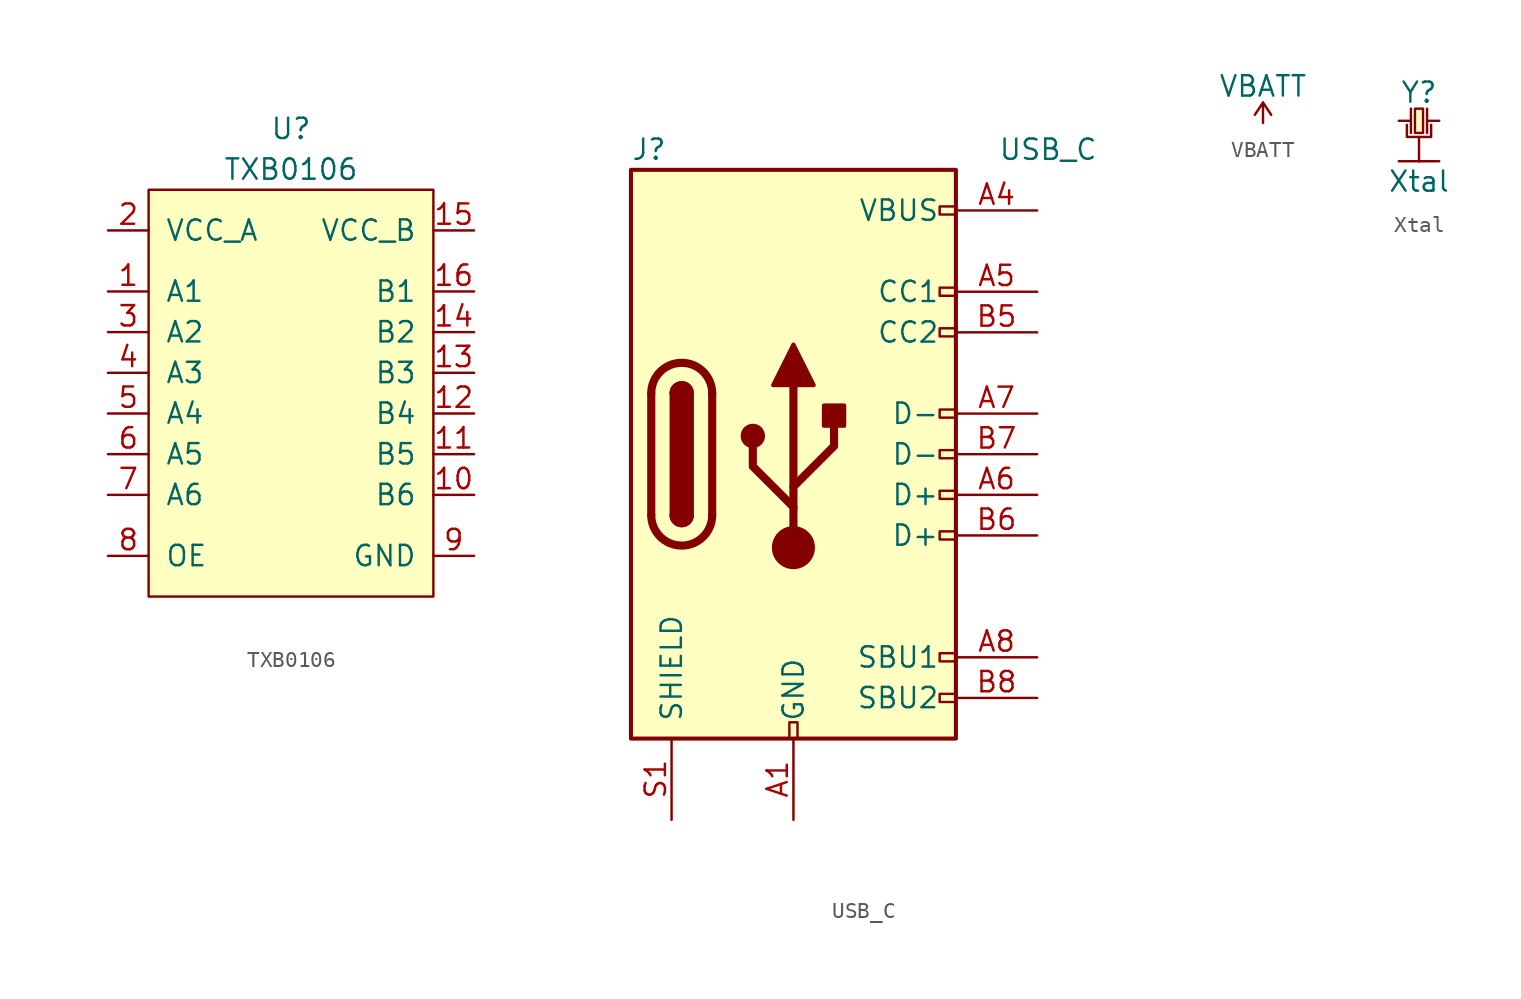
<source format=kicad_sym>
(kicad_symbol_lib
  (version 20211014)
  (generator kicad_symbol_editor)
  (symbol "TXB0106"
    (pin_names
      (offset 1.016))
    (property "Reference" "U"
      (at 0 16.51 0)
      (effects (font (size 1.27 1.27))))
    (property "Value" "TXB0106"
      (at 0 13.97 0)
      (effects (font (size 1.27 1.27))))
    (symbol "TXB0106_0_0"
      (pin bidirectional line (at -11.43 6.35 0) (length 2.54) (name "A1" (effects (font (size 1.27 1.27)))) (number "1" (effects (font (size 1.27 1.27)))))
      (pin bidirectional line (at 11.43 -6.35 180) (length 2.54) (name "B6" (effects (font (size 1.27 1.27)))) (number "10" (effects (font (size 1.27 1.27)))))
      (pin bidirectional line (at 11.43 -3.81 180) (length 2.54) (name "B5" (effects (font (size 1.27 1.27)))) (number "11" (effects (font (size 1.27 1.27)))))
      (pin bidirectional line (at 11.43 -1.27 180) (length 2.54) (name "B4" (effects (font (size 1.27 1.27)))) (number "12" (effects (font (size 1.27 1.27)))))
      (pin bidirectional line (at 11.43 1.27 180) (length 2.54) (name "B3" (effects (font (size 1.27 1.27)))) (number "13" (effects (font (size 1.27 1.27)))))
      (pin bidirectional line (at 11.43 3.81 180) (length 2.54) (name "B2" (effects (font (size 1.27 1.27)))) (number "14" (effects (font (size 1.27 1.27)))))
      (pin power_in line (at 11.43 10.16 180) (length 2.54) (name "VCC_B" (effects (font (size 1.27 1.27)))) (number "15" (effects (font (size 1.27 1.27)))))
      (pin bidirectional line (at 11.43 6.35 180) (length 2.54) (name "B1" (effects (font (size 1.27 1.27)))) (number "16" (effects (font (size 1.27 1.27)))))
      (pin power_in line (at -11.43 10.16 0) (length 2.54) (name "VCC_A" (effects (font (size 1.27 1.27)))) (number "2" (effects (font (size 1.27 1.27)))))
      (pin bidirectional line (at -11.43 3.81 0) (length 2.54) (name "A2" (effects (font (size 1.27 1.27)))) (number "3" (effects (font (size 1.27 1.27)))))
      (pin bidirectional line (at -11.43 1.27 0) (length 2.54) (name "A3" (effects (font (size 1.27 1.27)))) (number "4" (effects (font (size 1.27 1.27)))))
      (pin bidirectional line (at -11.43 -1.27 0) (length 2.54) (name "A4" (effects (font (size 1.27 1.27)))) (number "5" (effects (font (size 1.27 1.27)))))
      (pin bidirectional line (at -11.43 -3.81 0) (length 2.54) (name "A5" (effects (font (size 1.27 1.27)))) (number "6" (effects (font (size 1.27 1.27)))))
      (pin bidirectional line (at -11.43 -6.35 0) (length 2.54) (name "A6" (effects (font (size 1.27 1.27)))) (number "7" (effects (font (size 1.27 1.27)))))
      (pin input line (at -11.43 -10.16 0) (length 2.54) (name "OE" (effects (font (size 1.27 1.27)))) (number "8" (effects (font (size 1.27 1.27)))))
      (pin power_in line (at 11.43 -10.16 180) (length 2.54) (name "GND" (effects (font (size 1.27 1.27)))) (number "9" (effects (font (size 1.27 1.27))))))
    (symbol "TXB0106_0_1"
      (rectangle (start 8.89 -12.7) (end -8.89 12.7) (stroke (width 0) (type default) (color 0 0 0 0)) (fill (type background)))))
  (symbol "USB_C"
    (pin_names
      (offset 1.016))
    (property "Reference" "J"
      (at -10.16 19.05 0)
      (effects (font (size 1.27 1.27)) (justify left)))
    (property "Value" "USB_C"
      (at 19.05 19.05 0)
      (effects (font (size 1.27 1.27)) (justify right)))
    (symbol "USB_C_0_0"
      (rectangle (start -0.254 -17.78) (end 0.254 -16.764) (stroke (width 0) (type default) (color 0 0 0 0)) (fill (type none)))
      (rectangle (start 10.16 -14.986) (end 9.144 -15.494) (stroke (width 0) (type default) (color 0 0 0 0)) (fill (type none)))
      (rectangle (start 10.16 -12.446) (end 9.144 -12.954) (stroke (width 0) (type default) (color 0 0 0 0)) (fill (type none)))
      (rectangle (start 10.16 -4.826) (end 9.144 -5.334) (stroke (width 0) (type default) (color 0 0 0 0)) (fill (type none)))
      (rectangle (start 10.16 -2.286) (end 9.144 -2.794) (stroke (width 0) (type default) (color 0 0 0 0)) (fill (type none)))
      (rectangle (start 10.16 0.254) (end 9.144 -0.254) (stroke (width 0) (type default) (color 0 0 0 0)) (fill (type none)))
      (rectangle (start 10.16 2.794) (end 9.144 2.286) (stroke (width 0) (type default) (color 0 0 0 0)) (fill (type none)))
      (rectangle (start 10.16 7.874) (end 9.144 7.366) (stroke (width 0) (type default) (color 0 0 0 0)) (fill (type none)))
      (rectangle (start 10.16 10.414) (end 9.144 9.906) (stroke (width 0) (type default) (color 0 0 0 0)) (fill (type none)))
      (rectangle (start 10.16 15.494) (end 9.144 14.986) (stroke (width 0) (type default) (color 0 0 0 0)) (fill (type none))))
    (symbol "USB_C_0_1"
      (rectangle (start -10.16 17.78) (end 10.16 -17.78) (stroke (width 0.254) (type default) (color 0 0 0 0)) (fill (type background)))
      (arc (start -8.89 -3.81) (mid -6.985 -5.715) (end -5.08 -3.81) (stroke (width 0.508) (type default) (color 0 0 0 0)) (fill (type none)))
      (arc (start -7.62 -3.81) (mid -6.985 -4.445) (end -6.35 -3.81) (stroke (width 0.254) (type default) (color 0 0 0 0)) (fill (type none)))
      (arc (start -7.62 -3.81) (mid -6.985 -4.445) (end -6.35 -3.81) (stroke (width 0.254) (type default) (color 0 0 0 0)) (fill (type outline)))
      (rectangle (start -7.62 -3.81) (end -6.35 3.81) (stroke (width 0.254) (type default) (color 0 0 0 0)) (fill (type outline)))
      (arc (start -6.35 3.81) (mid -6.985 4.445) (end -7.62 3.81) (stroke (width 0.254) (type default) (color 0 0 0 0)) (fill (type none)))
      (arc (start -6.35 3.81) (mid -6.985 4.445) (end -7.62 3.81) (stroke (width 0.254) (type default) (color 0 0 0 0)) (fill (type outline)))
      (arc (start -5.08 3.81) (mid -6.985 5.715) (end -8.89 3.81) (stroke (width 0.508) (type default) (color 0 0 0 0)) (fill (type none)))
      (circle (center -2.54 1.143) (radius 0.635) (stroke (width 0.254) (type default) (color 0 0 0 0)) (fill (type outline)))
      (circle (center 0 -5.842) (radius 1.27) (stroke (width 0) (type default) (color 0 0 0 0)) (fill (type outline)))
      (polyline (pts (xy -8.89 -3.81) (xy -8.89 3.81)) (stroke (width 0.508) (type default) (color 0 0 0 0)) (fill (type none)))
      (polyline (pts (xy -5.08 3.81) (xy -5.08 -3.81)) (stroke (width 0.508) (type default) (color 0 0 0 0)) (fill (type none)))
      (polyline (pts (xy 0 -5.842) (xy 0 4.318)) (stroke (width 0.508) (type default) (color 0 0 0 0)) (fill (type none)))
      (polyline (pts (xy 0 -3.302) (xy -2.54 -0.762) (xy -2.54 0.508)) (stroke (width 0.508) (type default) (color 0 0 0 0)) (fill (type none)))
      (polyline (pts (xy 0 -2.032) (xy 2.54 0.508) (xy 2.54 1.778)) (stroke (width 0.508) (type default) (color 0 0 0 0)) (fill (type none)))
      (polyline (pts (xy -1.27 4.318) (xy 0 6.858) (xy 1.27 4.318) (xy -1.27 4.318)) (stroke (width 0.254) (type default) (color 0 0 0 0)) (fill (type outline)))
      (rectangle (start 1.905 1.778) (end 3.175 3.048) (stroke (width 0.254) (type default) (color 0 0 0 0)) (fill (type outline))))
    (symbol "USB_C_1_1"
      (pin passive line (at 0 -22.86 90) (length 5.08) (name "GND" (effects (font (size 1.27 1.27)))) (number "A1" (effects (font (size 1.27 1.27)))))
      (pin passive line (at 0 -22.86 90) (length 5.08) hide (name "GND" (effects (font (size 1.27 1.27)))) (number "A12" (effects (font (size 1.27 1.27)))))
      (pin passive line (at 15.24 15.24 180) (length 5.08) (name "VBUS" (effects (font (size 1.27 1.27)))) (number "A4" (effects (font (size 1.27 1.27)))))
      (pin bidirectional line (at 15.24 10.16 180) (length 5.08) (name "CC1" (effects (font (size 1.27 1.27)))) (number "A5" (effects (font (size 1.27 1.27)))))
      (pin bidirectional line (at 15.24 -2.54 180) (length 5.08) (name "D+" (effects (font (size 1.27 1.27)))) (number "A6" (effects (font (size 1.27 1.27)))))
      (pin bidirectional line (at 15.24 2.54 180) (length 5.08) (name "D-" (effects (font (size 1.27 1.27)))) (number "A7" (effects (font (size 1.27 1.27)))))
      (pin bidirectional line (at 15.24 -12.7 180) (length 5.08) (name "SBU1" (effects (font (size 1.27 1.27)))) (number "A8" (effects (font (size 1.27 1.27)))))
      (pin passive line (at 15.24 15.24 180) (length 5.08) hide (name "VBUS" (effects (font (size 1.27 1.27)))) (number "A9" (effects (font (size 1.27 1.27)))))
      (pin passive line (at 0 -22.86 90) (length 5.08) hide (name "GND" (effects (font (size 1.27 1.27)))) (number "B1" (effects (font (size 1.27 1.27)))))
      (pin passive line (at 0 -22.86 90) (length 5.08) hide (name "GND" (effects (font (size 1.27 1.27)))) (number "B12" (effects (font (size 1.27 1.27)))))
      (pin passive line (at 15.24 15.24 180) (length 5.08) hide (name "VBUS" (effects (font (size 1.27 1.27)))) (number "B4" (effects (font (size 1.27 1.27)))))
      (pin bidirectional line (at 15.24 7.62 180) (length 5.08) (name "CC2" (effects (font (size 1.27 1.27)))) (number "B5" (effects (font (size 1.27 1.27)))))
      (pin bidirectional line (at 15.24 -5.08 180) (length 5.08) (name "D+" (effects (font (size 1.27 1.27)))) (number "B6" (effects (font (size 1.27 1.27)))))
      (pin bidirectional line (at 15.24 0 180) (length 5.08) (name "D-" (effects (font (size 1.27 1.27)))) (number "B7" (effects (font (size 1.27 1.27)))))
      (pin bidirectional line (at 15.24 -15.24 180) (length 5.08) (name "SBU2" (effects (font (size 1.27 1.27)))) (number "B8" (effects (font (size 1.27 1.27)))))
      (pin passive line (at 15.24 15.24 180) (length 5.08) hide (name "VBUS" (effects (font (size 1.27 1.27)))) (number "B9" (effects (font (size 1.27 1.27)))))
      (pin passive line (at -7.62 -22.86 90) (length 5.08) (name "SHIELD" (effects (font (size 1.27 1.27)))) (number "S1" (effects (font (size 1.27 1.27)))))))
  (symbol "VBATT"
    (power)
    (pin_numbers hide)
    (pin_names
      (offset 1.016) hide)
    (property "Reference" "#PWR"
      (at 0 2.794 0)
      (effects (font (size 1.27 1.27)) (justify left) hide))
    (property "Value" "VBATT"
      (at 0 2.286 0)
      (effects (font (size 1.27 1.27))))
    (symbol "VBATT_0_1"
      (polyline (pts (xy 0 1.27) (xy 0.508 0.508)) (stroke (width 0) (type default) (color 0 0 0 0)) (fill (type none)))
      (polyline (pts (xy 0 0) (xy 0 1.27) (xy -0.508 0.508)) (stroke (width 0) (type default) (color 0 0 0 0)) (fill (type none))))
    (symbol "VBATT_1_1"
      (pin power_in line (at 0 0 180) (length 0) hide (name "VBATT" (effects (font (size 1.27 1.27)))) (number "1" (effects (font (size 1.27 1.27)))))))
  (symbol "Xtal"
    (pin_numbers hide)
    (pin_names
      (offset 1.016) hide)
    (property "Reference" "Y"
      (at 1.27 1.778 0)
      (effects (font (size 1.27 1.27))))
    (property "Value" "Xtal"
      (at 1.27 -3.81 0)
      (effects (font (size 1.27 1.27))))
    (symbol "Xtal_0_1"
      (polyline (pts (xy 0.762 0.762) (xy 0.762 -0.762)) (stroke (width 0) (type default) (color 0 0 0 0)) (fill (type none)))
      (polyline (pts (xy 1.27 -1.016) (xy 1.27 -2.54)) (stroke (width 0) (type default) (color 0 0 0 0)) (fill (type none)))
      (polyline (pts (xy 1.778 -0.762) (xy 1.778 0.762)) (stroke (width 0) (type default) (color 0 0 0 0)) (fill (type none)))
      (polyline (pts (xy 0.508 -0.254) (xy 0.508 -1.016) (xy 2.032 -1.016) (xy 2.032 -0.254)) (stroke (width 0) (type default) (color 0 0 0 0)) (fill (type none)))
      (rectangle (start 1.016 0.762) (end 1.524 -0.762) (stroke (width 0) (type default) (color 0 0 0 0)) (fill (type background))))
    (symbol "Xtal_1_1"
      (pin passive line (at 0 0 0) (length 0.762) (name "1" (effects (font (size 1.27 1.27)))) (number "1" (effects (font (size 1.27 1.27)))))
      (pin passive line (at 0 -2.54 0) (length 1.27) (name "2" (effects (font (size 1.27 1.27)))) (number "2" (effects (font (size 1.27 1.27)))))
      (pin passive line (at 2.54 0 180) (length 0.762) (name "3" (effects (font (size 1.27 1.27)))) (number "3" (effects (font (size 1.27 1.27)))))
      (pin passive line (at 2.54 -2.54 180) (length 1.27) (name "4" (effects (font (size 1.27 1.27)))) (number "4" (effects (font (size 1.27 1.27))))))))
</source>
